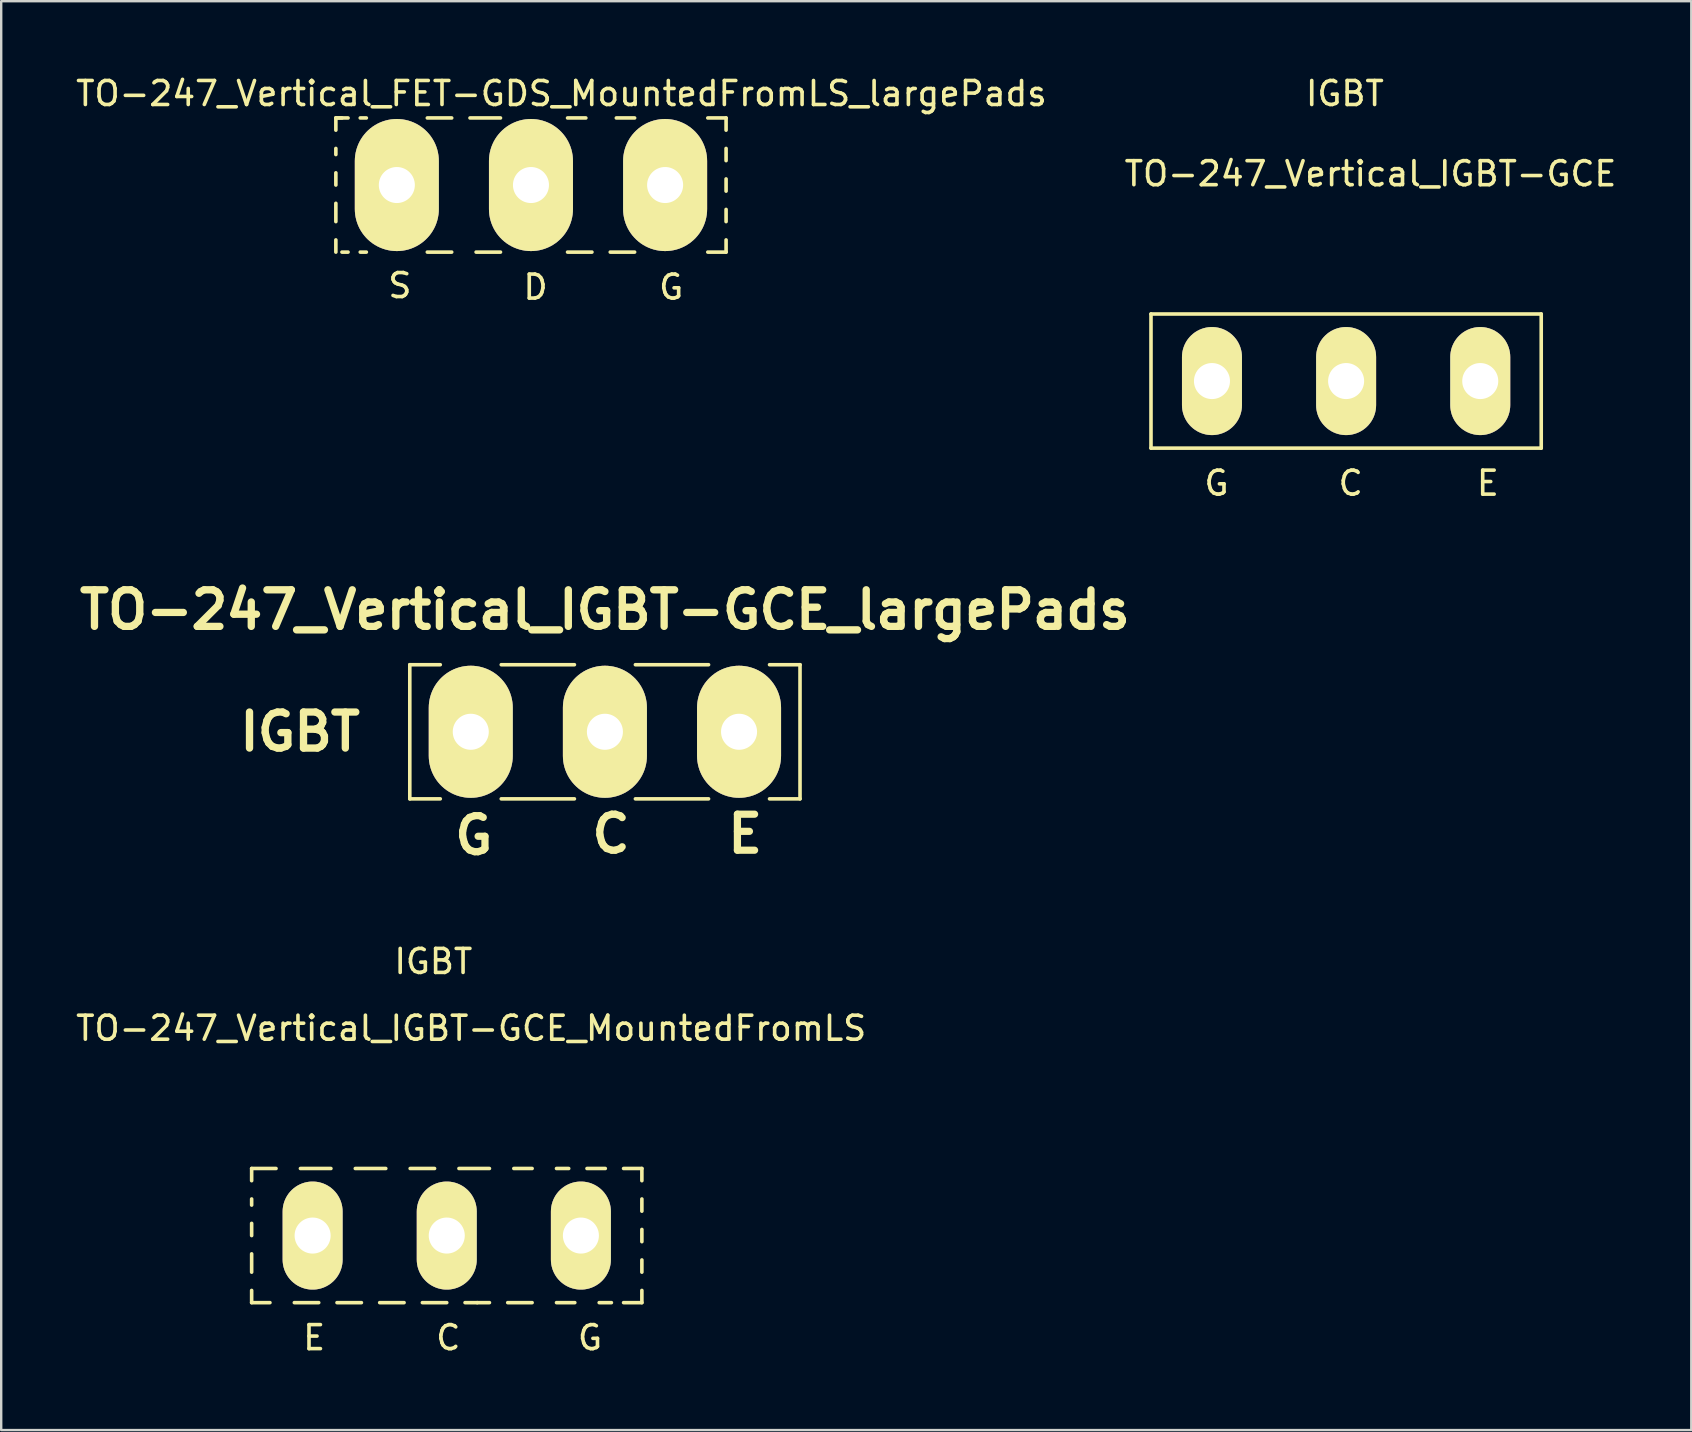
<source format=kicad_pcb>
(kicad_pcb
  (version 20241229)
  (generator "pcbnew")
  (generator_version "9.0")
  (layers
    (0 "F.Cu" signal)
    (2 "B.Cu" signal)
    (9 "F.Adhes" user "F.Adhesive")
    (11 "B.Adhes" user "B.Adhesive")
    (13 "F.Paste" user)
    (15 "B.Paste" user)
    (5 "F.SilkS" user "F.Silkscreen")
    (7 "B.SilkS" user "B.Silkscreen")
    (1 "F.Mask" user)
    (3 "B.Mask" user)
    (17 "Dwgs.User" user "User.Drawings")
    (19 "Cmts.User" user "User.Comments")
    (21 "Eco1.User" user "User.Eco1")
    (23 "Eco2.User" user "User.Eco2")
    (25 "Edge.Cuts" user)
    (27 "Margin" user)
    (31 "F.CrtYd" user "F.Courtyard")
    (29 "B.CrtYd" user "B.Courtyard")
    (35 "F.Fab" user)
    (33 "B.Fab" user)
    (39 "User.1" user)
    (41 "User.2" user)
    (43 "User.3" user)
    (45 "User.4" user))
  (footprint "TO-247_Vertical_FET-GDS_MountedFromLS_largePads"
    (layer "F.Cu")
    (at 19.069 4.658)
    (property "Reference" "TO-247_Vertical_FET-GDS_MountedFromLS_largePads" (at 1.27 -3.81 0) (layer "F.SilkS") (effects (font (size 1 1) (thickness 0.15))))
    (attr through_hole)
    (fp_line (start -8.128 -2.794) (end -8.128 -2.286) (stroke (width 0.15) (type solid)) (layer "F.SilkS"))
    (fp_line (start -8.128 -2.794) (end -7.874 -2.794) (stroke (width 0.15) (type solid)) (layer "F.SilkS"))
    (fp_line (start -8.128 -1.27) (end -8.128 -1.524) (stroke (width 0.15) (type solid)) (layer "F.SilkS"))
    (fp_line (start -8.128 0) (end -8.128 -0.508) (stroke (width 0.15) (type solid)) (layer "F.SilkS"))
    (fp_line (start -8.128 1.524) (end -8.128 0.762) (stroke (width 0.15) (type solid)) (layer "F.SilkS"))
    (fp_line (start -8.128 2.794) (end -8.128 2.286) (stroke (width 0.15) (type solid)) (layer "F.SilkS"))
    (fp_line (start -7.874 2.794) (end -7.62 2.794) (stroke (width 0.15) (type solid)) (layer "F.SilkS"))
    (fp_line (start -7.62 -2.794) (end -8.128 -2.794) (stroke (width 0.15) (type solid)) (layer "F.SilkS"))
    (fp_line (start -7.112 2.794) (end -6.858 2.794) (stroke (width 0.15) (type solid)) (layer "F.SilkS"))
    (fp_line (start -6.858 -2.794) (end -7.112 -2.794) (stroke (width 0.15) (type solid)) (layer "F.SilkS"))
    (fp_line (start -4.318 -2.794) (end -3.302 -2.794) (stroke (width 0.15) (type solid)) (layer "F.SilkS"))
    (fp_line (start -4.318 2.794) (end -3.302 2.794) (stroke (width 0.15) (type solid)) (layer "F.SilkS"))
    (fp_line (start -2.54 -2.794) (end -1.27 -2.794) (stroke (width 0.15) (type solid)) (layer "F.SilkS"))
    (fp_line (start -2.286 2.794) (end -1.27 2.794) (stroke (width 0.15) (type solid)) (layer "F.SilkS"))
    (fp_line (start 1.524 -2.794) (end 2.286 -2.794) (stroke (width 0.15) (type solid)) (layer "F.SilkS"))
    (fp_line (start 2.54 2.794) (end 1.524 2.794) (stroke (width 0.15) (type solid)) (layer "F.SilkS"))
    (fp_line (start 3.302 2.794) (end 4.318 2.794) (stroke (width 0.15) (type solid)) (layer "F.SilkS"))
    (fp_line (start 3.556 -2.794) (end 4.318 -2.794) (stroke (width 0.15) (type solid)) (layer "F.SilkS"))
    (fp_line (start 7.366 2.794) (end 8.128 2.794) (stroke (width 0.15) (type solid)) (layer "F.SilkS"))
    (fp_line (start 8.128 -2.794) (end 7.366 -2.794) (stroke (width 0.15) (type solid)) (layer "F.SilkS"))
    (fp_line (start 8.128 -2.794) (end 8.128 -2.286) (stroke (width 0.15) (type solid)) (layer "F.SilkS"))
    (fp_line (start 8.128 -1.524) (end 8.128 -1.016) (stroke (width 0.15) (type solid)) (layer "F.SilkS"))
    (fp_line (start 8.128 -0.254) (end 8.128 0.254) (stroke (width 0.15) (type solid)) (layer "F.SilkS"))
    (fp_line (start 8.128 1.016) (end 8.128 1.524) (stroke (width 0.15) (type solid)) (layer "F.SilkS"))
    (fp_line (start 8.128 2.794) (end 8.128 2.286) (stroke (width 0.15) (type solid)) (layer "F.SilkS"))
    (fp_text user "D" (at 0.191 4.255 0) (layer "F.SilkS") (effects (font (size 1 1) (thickness 0.15))))
    (fp_text user "S" (at -5.461 4.191 0) (layer "F.SilkS") (effects (font (size 1 1) (thickness 0.15))))
    (fp_text user "G" (at 5.842 4.255 0) (layer "F.SilkS") (effects (font (size 1 1) (thickness 0.15))))
    (pad "D" thru_hole oval (at 0 0 90) (size 5.502 3.5) (drill 1.501) (layers "*.Cu" "*.Mask" "F.SilkS"))
    (pad "G" thru_hole oval (at 5.588 0 90) (size 5.502 3.5) (drill 1.501) (layers "*.Cu" "*.Mask" "F.SilkS"))
    (pad "S" thru_hole oval (at -5.588 0 90) (size 5.502 3.5) (drill 1.501) (layers "*.Cu" "*.Mask" "F.SilkS")))
  (footprint "TO-247_Vertical_IGBT-GCE"
    (layer "F.Cu")
    (at 53.026 12.824)
    (property "Reference" "TO-247_Vertical_IGBT-GCE" (at 1.016 -8.636 0) (layer "F.SilkS") (effects (font (size 1 1) (thickness 0.15))))
    (attr through_hole)
    (fp_line (start -8.128 -2.794) (end -8.128 2.794) (stroke (width 0.15) (type solid)) (layer "F.SilkS"))
    (fp_line (start -8.128 2.794) (end 8.128 2.794) (stroke (width 0.15) (type solid)) (layer "F.SilkS"))
    (fp_line (start 8.128 -2.794) (end -8.128 -2.794) (stroke (width 0.15) (type solid)) (layer "F.SilkS"))
    (fp_line (start 8.128 2.794) (end 8.128 -2.794) (stroke (width 0.15) (type solid)) (layer "F.SilkS"))
    (fp_text user "C" (at 0.191 4.255 0) (layer "F.SilkS") (effects (font (size 1 1) (thickness 0.15))))
    (fp_text user "IGBT" (at -0.051 -11.976 0) (layer "F.SilkS") (effects (font (size 1 1) (thickness 0.15))))
    (fp_text user "E" (at 5.905 4.255 0) (layer "F.SilkS") (effects (font (size 1 1) (thickness 0.15))))
    (fp_text user "G" (at -5.397 4.255 0) (layer "F.SilkS") (effects (font (size 1 1) (thickness 0.15))))
    (pad "C" thru_hole oval (at 0 0 90) (size 4.501 2.499) (drill 1.501) (layers "*.Cu" "*.Mask" "F.SilkS"))
    (pad "E" thru_hole oval (at 5.588 0 90) (size 4.501 2.499) (drill 1.501) (layers "*.Cu" "*.Mask" "F.SilkS"))
    (pad "G" thru_hole oval (at -5.588 0 90) (size 4.501 2.499) (drill 1.501) (layers "*.Cu" "*.Mask" "F.SilkS")))
  (footprint "TO-247_Vertical_IGBT-GCE_MountedFromLS"
    (layer "F.Cu")
    (at 15.561 48.421)
    (property "Reference" "TO-247_Vertical_IGBT-GCE_MountedFromLS" (at 1.016 -8.636 0) (layer "F.SilkS") (effects (font (size 1 1) (thickness 0.15))))
    (attr through_hole)
    (fp_line (start -8.128 -2.794) (end -8.128 -2.286) (stroke (width 0.15) (type solid)) (layer "F.SilkS"))
    (fp_line (start -8.128 -2.794) (end -7.112 -2.794) (stroke (width 0.15) (type solid)) (layer "F.SilkS"))
    (fp_line (start -8.128 -1.27) (end -8.128 -1.524) (stroke (width 0.15) (type solid)) (layer "F.SilkS"))
    (fp_line (start -8.128 0) (end -8.128 -0.508) (stroke (width 0.15) (type solid)) (layer "F.SilkS"))
    (fp_line (start -8.128 1.524) (end -8.128 0.762) (stroke (width 0.15) (type solid)) (layer "F.SilkS"))
    (fp_line (start -8.128 2.794) (end -8.128 2.286) (stroke (width 0.15) (type solid)) (layer "F.SilkS"))
    (fp_line (start -8.128 2.794) (end -7.366 2.794) (stroke (width 0.15) (type solid)) (layer "F.SilkS"))
    (fp_line (start -6.35 2.794) (end -5.334 2.794) (stroke (width 0.15) (type solid)) (layer "F.SilkS"))
    (fp_line (start -6.096 -2.794) (end -4.826 -2.794) (stroke (width 0.15) (type solid)) (layer "F.SilkS"))
    (fp_line (start -4.572 2.794) (end -3.556 2.794) (stroke (width 0.15) (type solid)) (layer "F.SilkS"))
    (fp_line (start -3.81 -2.794) (end -2.54 -2.794) (stroke (width 0.15) (type solid)) (layer "F.SilkS"))
    (fp_line (start -2.794 2.794) (end -1.778 2.794) (stroke (width 0.15) (type solid)) (layer "F.SilkS"))
    (fp_line (start -1.524 -2.794) (end -0.508 -2.794) (stroke (width 0.15) (type solid)) (layer "F.SilkS"))
    (fp_line (start -1.016 2.794) (end 0 2.794) (stroke (width 0.15) (type solid)) (layer "F.SilkS"))
    (fp_line (start 0.508 -2.794) (end 1.778 -2.794) (stroke (width 0.15) (type solid)) (layer "F.SilkS"))
    (fp_line (start 1.27 2.794) (end 0.762 2.794) (stroke (width 0.15) (type solid)) (layer "F.SilkS"))
    (fp_line (start 1.27 2.794) (end 1.778 2.794) (stroke (width 0.15) (type solid)) (layer "F.SilkS"))
    (fp_line (start 2.54 2.794) (end 3.556 2.794) (stroke (width 0.15) (type solid)) (layer "F.SilkS"))
    (fp_line (start 2.794 -2.794) (end 3.556 -2.794) (stroke (width 0.15) (type solid)) (layer "F.SilkS"))
    (fp_line (start 4.572 2.794) (end 5.334 2.794) (stroke (width 0.15) (type solid)) (layer "F.SilkS"))
    (fp_line (start 5.08 -2.794) (end 4.572 -2.794) (stroke (width 0.15) (type solid)) (layer "F.SilkS"))
    (fp_line (start 6.35 2.794) (end 6.858 2.794) (stroke (width 0.15) (type solid)) (layer "F.SilkS"))
    (fp_line (start 6.604 -2.794) (end 5.842 -2.794) (stroke (width 0.15) (type solid)) (layer "F.SilkS"))
    (fp_line (start 7.366 2.794) (end 8.128 2.794) (stroke (width 0.15) (type solid)) (layer "F.SilkS"))
    (fp_line (start 8.128 -2.794) (end 7.366 -2.794) (stroke (width 0.15) (type solid)) (layer "F.SilkS"))
    (fp_line (start 8.128 -2.794) (end 8.128 -2.286) (stroke (width 0.15) (type solid)) (layer "F.SilkS"))
    (fp_line (start 8.128 -1.524) (end 8.128 -1.016) (stroke (width 0.15) (type solid)) (layer "F.SilkS"))
    (fp_line (start 8.128 -0.254) (end 8.128 0.254) (stroke (width 0.15) (type solid)) (layer "F.SilkS"))
    (fp_line (start 8.128 1.016) (end 8.128 1.524) (stroke (width 0.15) (type solid)) (layer "F.SilkS"))
    (fp_line (start 8.128 2.794) (end 8.128 2.286) (stroke (width 0.15) (type solid)) (layer "F.SilkS"))
    (fp_text user "IGBT" (at -0.559 -11.417 0) (layer "F.SilkS") (effects (font (size 1 1) (thickness 0.15))))
    (fp_text user "G" (at 5.969 4.255 0) (layer "F.SilkS") (effects (font (size 1 1) (thickness 0.15))))
    (fp_text user "C" (at 0.064 4.255 0) (layer "F.SilkS") (effects (font (size 1 1) (thickness 0.15))))
    (fp_text user "E" (at -5.524 4.255 0) (layer "F.SilkS") (effects (font (size 1 1) (thickness 0.15))))
    (pad "C" thru_hole oval (at 0 0 90) (size 4.501 2.499) (drill 1.501) (layers "*.Cu" "*.Mask" "F.SilkS"))
    (pad "E" thru_hole oval (at -5.588 0 90) (size 4.501 2.499) (drill 1.501) (layers "*.Cu" "*.Mask" "F.SilkS"))
    (pad "G" thru_hole oval (at 5.588 0 90) (size 4.501 2.499) (drill 1.501) (layers "*.Cu" "*.Mask" "F.SilkS")))
  (footprint "TO-247_Vertical_IGBT-GCE_largePads"
    (layer "F.Cu")
    (at 22.149 27.434)
    (property "Reference" "TO-247_Vertical_IGBT-GCE_largePads" (at 0 -5.08 0) (layer "F.SilkS") (effects (font (size 1.524 1.524) (thickness 0.305))))
    (attr through_hole)
    (fp_line (start -8.128 -2.794) (end -8.128 2.794) (stroke (width 0.15) (type solid)) (layer "F.SilkS"))
    (fp_line (start -6.858 -2.794) (end -8.128 -2.794) (stroke (width 0.15) (type solid)) (layer "F.SilkS"))
    (fp_line (start -6.858 2.794) (end -8.128 2.794) (stroke (width 0.15) (type solid)) (layer "F.SilkS"))
    (fp_line (start -4.318 -2.794) (end -1.27 -2.794) (stroke (width 0.15) (type solid)) (layer "F.SilkS"))
    (fp_line (start -4.318 2.794) (end -1.27 2.794) (stroke (width 0.15) (type solid)) (layer "F.SilkS"))
    (fp_line (start 1.27 -2.794) (end 4.318 -2.794) (stroke (width 0.15) (type solid)) (layer "F.SilkS"))
    (fp_line (start 1.27 2.794) (end 4.318 2.794) (stroke (width 0.15) (type solid)) (layer "F.SilkS"))
    (fp_line (start 6.858 -2.794) (end 8.128 -2.794) (stroke (width 0.15) (type solid)) (layer "F.SilkS"))
    (fp_line (start 6.858 2.794) (end 8.128 2.794) (stroke (width 0.15) (type solid)) (layer "F.SilkS"))
    (fp_line (start 8.128 2.794) (end 8.128 -2.794) (stroke (width 0.15) (type solid)) (layer "F.SilkS"))
    (fp_text user "E" (at 5.842 4.255 0) (layer "F.SilkS") (effects (font (size 1.501 1.501) (thickness 0.3))))
    (fp_text user "C" (at 0.254 4.255 0) (layer "F.SilkS") (effects (font (size 1.501 1.501) (thickness 0.3))))
    (fp_text user "IGBT" (at -12.7 0 0) (layer "F.SilkS") (effects (font (size 1.501 1.524) (thickness 0.305))))
    (fp_text user "G" (at -5.461 4.318 0) (layer "F.SilkS") (effects (font (size 1.501 1.501) (thickness 0.3))))
    (pad "C" thru_hole oval (at 0 0 90) (size 5.502 3.5) (drill 1.501) (layers "*.Cu" "*.Mask" "F.SilkS"))
    (pad "E" thru_hole oval (at 5.588 0 90) (size 5.502 3.5) (drill 1.501) (layers "*.Cu" "*.Mask" "F.SilkS"))
    (pad "G" thru_hole oval (at -5.588 0 90) (size 5.502 3.5) (drill 1.501) (layers "*.Cu" "*.Mask" "F.SilkS")))
  (gr_rect
    (start -3 -3)
    (end 67.405 56.524)
    (stroke (width 0.1) (type default))
    (fill no)
    (layer "Edge.Cuts")))
</source>
